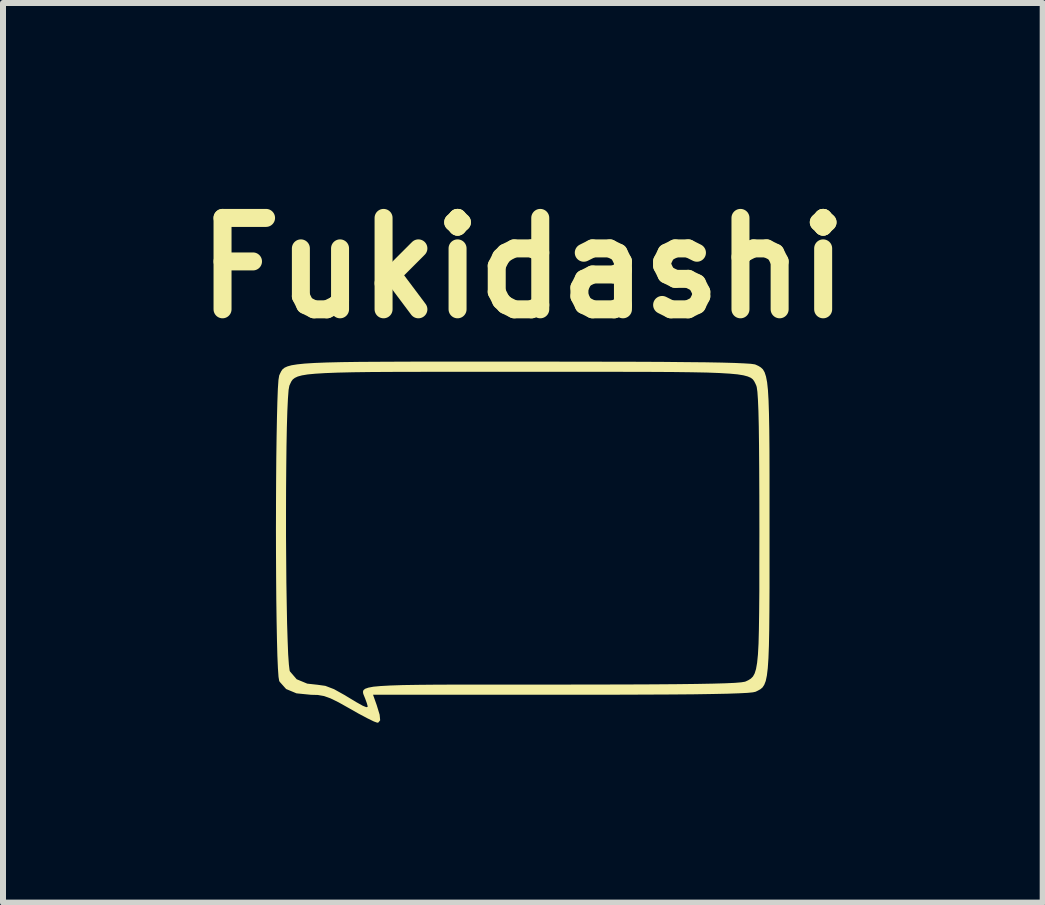
<source format=kicad_pcb>
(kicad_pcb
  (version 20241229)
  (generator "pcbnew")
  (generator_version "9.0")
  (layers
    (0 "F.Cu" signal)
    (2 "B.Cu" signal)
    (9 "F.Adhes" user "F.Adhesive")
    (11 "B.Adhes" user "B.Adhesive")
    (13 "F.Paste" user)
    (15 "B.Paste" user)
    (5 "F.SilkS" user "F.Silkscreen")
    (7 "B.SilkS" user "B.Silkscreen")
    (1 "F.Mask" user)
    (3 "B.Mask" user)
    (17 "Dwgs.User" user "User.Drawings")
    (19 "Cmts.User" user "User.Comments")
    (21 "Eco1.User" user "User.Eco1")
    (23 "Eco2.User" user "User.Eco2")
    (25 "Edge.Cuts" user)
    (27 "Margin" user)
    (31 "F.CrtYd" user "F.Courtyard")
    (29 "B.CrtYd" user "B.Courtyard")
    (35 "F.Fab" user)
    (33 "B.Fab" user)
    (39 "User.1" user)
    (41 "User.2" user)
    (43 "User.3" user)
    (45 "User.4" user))
  (footprint "Fukidashi"
    (layer "F.Cu")
    (at 5.668 5.99)
    (property "Reference" "Fukidashi" (at 0 -4.572 0) (layer "F.SilkS") (effects (font (size 1.524 1.524) (thickness 0.3))))
    (attr board_only exclude_from_pos_files exclude_from_bom)
    (fp_poly (pts (xy -0.239 -3.011) (xy -0.004 -3.011) (xy 0.694 -3.01) (xy 1.311 -3.009) (xy 1.851 -3.008) (xy 2.318 -3.006) (xy 2.715 -3.002) (xy 3.048 -2.999) (xy 3.318 -2.994) (xy 3.532 -2.988) (xy 3.691 -2.981) (xy 3.801 -2.974) (xy 3.865 -2.965) (xy 3.881 -2.96) (xy 3.929 -2.938) (xy 3.969 -2.913) (xy 4.003 -2.881) (xy 4.031 -2.833) (xy 4.054 -2.763) (xy 4.073 -2.665) (xy 4.087 -2.533) (xy 4.097 -2.36) (xy 4.104 -2.14) (xy 4.109 -1.865) (xy 4.112 -1.53) (xy 4.113 -1.128) (xy 4.113 -0.653) (xy 4.113 -0.233) (xy 4.113 0.303) (xy 4.113 0.76) (xy 4.111 1.146) (xy 4.108 1.467) (xy 4.103 1.728) (xy 4.095 1.937) (xy 4.084 2.1) (xy 4.069 2.224) (xy 4.05 2.315) (xy 4.025 2.379) (xy 3.996 2.423) (xy 3.96 2.453) (xy 3.918 2.476) (xy 3.881 2.494) (xy 3.836 2.504) (xy 3.745 2.513) (xy 3.604 2.52) (xy 3.409 2.527) (xy 3.157 2.532) (xy 2.842 2.537) (xy 2.46 2.54) (xy 2.008 2.542) (xy 1.48 2.544) (xy 0.874 2.544) (xy 0.636 2.544) (xy -2.498 2.544) (xy -2.436 2.719) (xy -2.388 2.877) (xy -2.379 2.97) (xy -2.41 3.008) (xy -2.428 3.01) (xy -2.484 2.99) (xy -2.596 2.935) (xy -2.746 2.855) (xy -2.883 2.777) (xy -3.07 2.672) (xy -3.206 2.605) (xy -3.315 2.566) (xy -3.418 2.548) (xy -3.532 2.545) (xy -3.774 2.521) (xy -3.947 2.449) (xy -4.055 2.328) (xy -4.063 2.312) (xy -4.074 2.245) (xy -4.084 2.102) (xy -4.093 1.894) (xy -4.1 1.628) (xy -4.106 1.316) (xy -4.111 0.965) (xy -4.114 0.586) (xy -4.116 0.188) (xy -4.117 -0.219) (xy -4.116 -0.494) (xy -3.949 -0.494) (xy -3.949 -0.098) (xy -3.946 0.295) (xy -3.943 0.675) (xy -3.937 1.033) (xy -3.931 1.358) (xy -3.922 1.641) (xy -3.913 1.872) (xy -3.901 2.041) (xy -3.889 2.14) (xy -3.883 2.156) (xy -3.771 2.286) (xy -3.595 2.359) (xy -3.422 2.378) (xy -3.293 2.396) (xy -3.149 2.451) (xy -2.966 2.553) (xy -2.947 2.565) (xy -2.778 2.667) (xy -2.669 2.728) (xy -2.609 2.752) (xy -2.587 2.744) (xy -2.587 2.738) (xy -2.6 2.689) (xy -2.628 2.611) (xy -2.646 2.567) (xy -2.661 2.529) (xy -2.666 2.496) (xy -2.658 2.468) (xy -2.63 2.445) (xy -2.576 2.426) (xy -2.492 2.41) (xy -2.371 2.399) (xy -2.209 2.39) (xy -2 2.383) (xy -1.739 2.379) (xy -1.419 2.376) (xy -1.036 2.375) (xy -0.584 2.375) (xy -0.057 2.375) (xy 0.49 2.375) (xy 1.124 2.374) (xy 1.676 2.373) (xy 2.153 2.371) (xy 2.557 2.368) (xy 2.893 2.364) (xy 3.166 2.359) (xy 3.379 2.353) (xy 3.536 2.346) (xy 3.642 2.337) (xy 3.702 2.327) (xy 3.712 2.324) (xy 3.761 2.301) (xy 3.802 2.275) (xy 3.837 2.24) (xy 3.865 2.189) (xy 3.888 2.115) (xy 3.906 2.012) (xy 3.92 1.873) (xy 3.93 1.69) (xy 3.936 1.458) (xy 3.94 1.17) (xy 3.943 0.819) (xy 3.943 0.397) (xy 3.944 -0.1) (xy 3.944 -0.229) (xy 3.943 -0.771) (xy 3.941 -1.233) (xy 3.938 -1.62) (xy 3.934 -1.936) (xy 3.928 -2.186) (xy 3.92 -2.374) (xy 3.911 -2.506) (xy 3.9 -2.585) (xy 3.893 -2.609) (xy 3.875 -2.649) (xy 3.857 -2.684) (xy 3.834 -2.715) (xy 3.8 -2.741) (xy 3.749 -2.763) (xy 3.678 -2.782) (xy 3.579 -2.798) (xy 3.448 -2.81) (xy 3.281 -2.82) (xy 3.07 -2.828) (xy 2.811 -2.833) (xy 2.499 -2.837) (xy 2.129 -2.839) (xy 1.694 -2.84) (xy 1.191 -2.841) (xy 0.613 -2.841) (xy 0 -2.841) (xy -0.653 -2.841) (xy -1.226 -2.841) (xy -1.725 -2.84) (xy -2.155 -2.839) (xy -2.521 -2.837) (xy -2.83 -2.833) (xy -3.085 -2.827) (xy -3.293 -2.819) (xy -3.458 -2.809) (xy -3.586 -2.797) (xy -3.683 -2.781) (xy -3.753 -2.762) (xy -3.802 -2.739) (xy -3.836 -2.713) (xy -3.859 -2.682) (xy -3.876 -2.647) (xy -3.893 -2.609) (xy -3.906 -2.538) (xy -3.917 -2.392) (xy -3.927 -2.181) (xy -3.935 -1.915) (xy -3.941 -1.604) (xy -3.945 -1.257) (xy -3.948 -0.883) (xy -3.949 -0.494) (xy -4.116 -0.494) (xy -4.116 -0.627) (xy -4.114 -1.026) (xy -4.111 -1.407) (xy -4.106 -1.76) (xy -4.1 -2.075) (xy -4.093 -2.344) (xy -4.085 -2.557) (xy -4.075 -2.704) (xy -4.063 -2.777) (xy -4.063 -2.779) (xy -4.045 -2.818) (xy -4.028 -2.852) (xy -4.006 -2.883) (xy -3.973 -2.909) (xy -3.924 -2.931) (xy -3.855 -2.95) (xy -3.76 -2.965) (xy -3.634 -2.978) (xy -3.471 -2.988) (xy -3.267 -2.996) (xy -3.016 -3.002) (xy -2.713 -3.006) (xy -2.353 -3.008) (xy -1.931 -3.01) (xy -1.441 -3.011) (xy -0.879 -3.011)) (stroke (width 0) (type solid)) (fill yes) (layer "F.SilkS")))
  (gr_rect
    (start -3 -3)
    (end 14.336 12)
    (stroke (width 0.1) (type default))
    (fill no)
    (layer "Edge.Cuts")))
</source>
